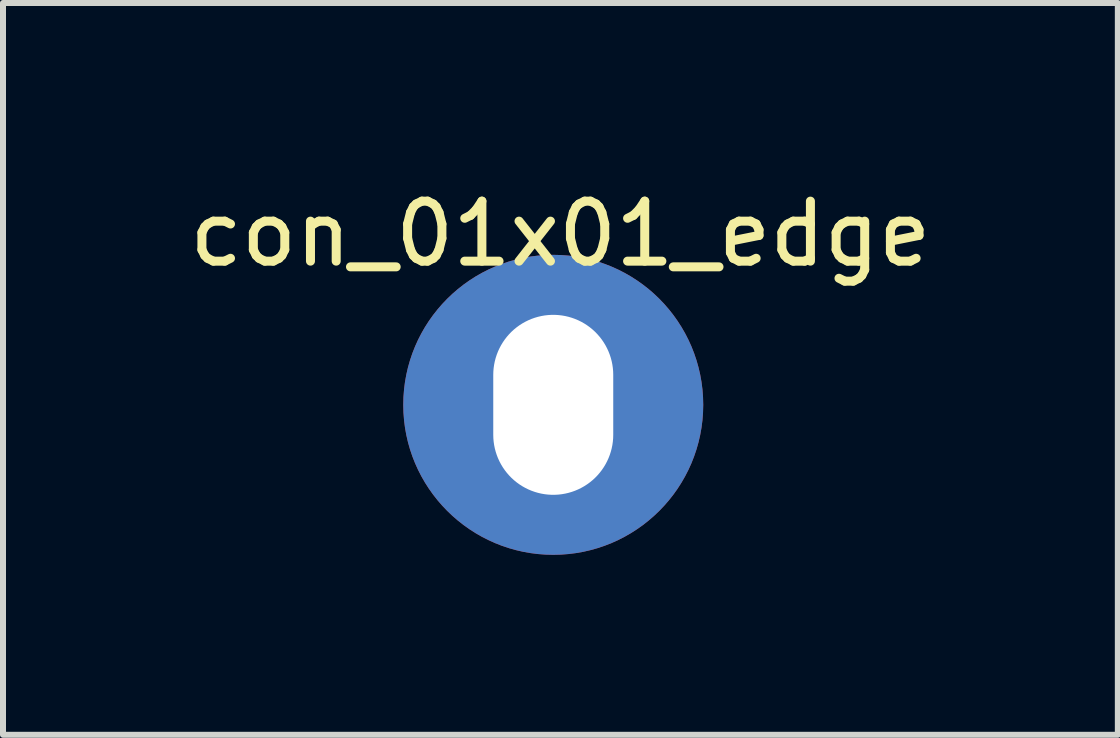
<source format=kicad_pcb>
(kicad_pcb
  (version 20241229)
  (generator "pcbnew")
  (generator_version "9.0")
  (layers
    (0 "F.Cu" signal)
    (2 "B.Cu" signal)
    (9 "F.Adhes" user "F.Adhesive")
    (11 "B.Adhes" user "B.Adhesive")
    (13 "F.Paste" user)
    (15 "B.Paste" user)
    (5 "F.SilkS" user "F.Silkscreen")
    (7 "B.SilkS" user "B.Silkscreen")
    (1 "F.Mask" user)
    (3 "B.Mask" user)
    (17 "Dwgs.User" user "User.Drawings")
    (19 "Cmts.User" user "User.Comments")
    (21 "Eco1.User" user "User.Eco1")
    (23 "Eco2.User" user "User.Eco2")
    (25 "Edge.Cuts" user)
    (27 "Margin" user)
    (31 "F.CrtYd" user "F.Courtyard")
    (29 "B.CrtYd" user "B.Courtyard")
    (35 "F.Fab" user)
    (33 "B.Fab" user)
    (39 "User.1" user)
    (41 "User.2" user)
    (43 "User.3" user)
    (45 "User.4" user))
  (footprint "con_01x01_edge"
    (layer "F.Cu")
    (at 6.172 3.698)
    (property "Reference" "con_01x01_edge" (at 0.12 -2.85 0) (unlocked yes) (layer "F.SilkS") (effects (font (size 1 1) (thickness 0.15))))
    (attr smd)
    (pad "1" thru_hole circle (at 0 0) (size 5 5) (drill oval 2 3) (layers "*.Cu" "*.Mask")))
  (gr_rect
    (start -3 -3)
    (end 15.583 9.198)
    (stroke (width 0.1) (type default))
    (fill no)
    (layer "Edge.Cuts")))
</source>
